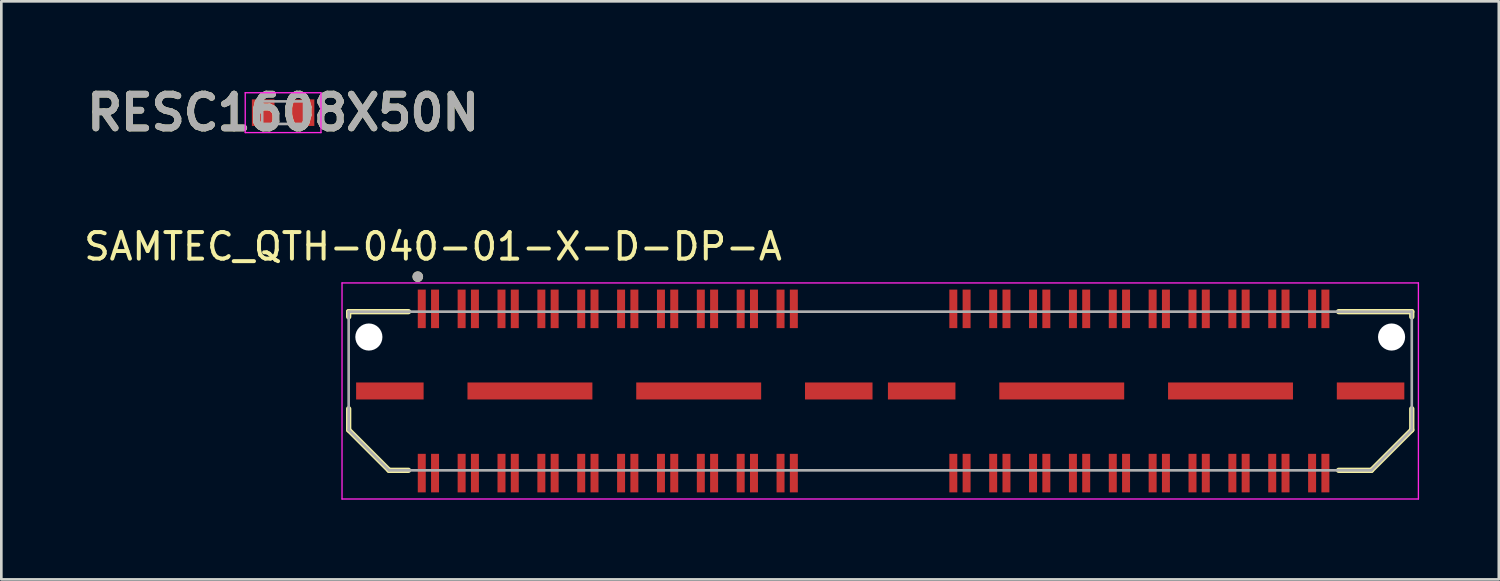
<source format=kicad_pcb>
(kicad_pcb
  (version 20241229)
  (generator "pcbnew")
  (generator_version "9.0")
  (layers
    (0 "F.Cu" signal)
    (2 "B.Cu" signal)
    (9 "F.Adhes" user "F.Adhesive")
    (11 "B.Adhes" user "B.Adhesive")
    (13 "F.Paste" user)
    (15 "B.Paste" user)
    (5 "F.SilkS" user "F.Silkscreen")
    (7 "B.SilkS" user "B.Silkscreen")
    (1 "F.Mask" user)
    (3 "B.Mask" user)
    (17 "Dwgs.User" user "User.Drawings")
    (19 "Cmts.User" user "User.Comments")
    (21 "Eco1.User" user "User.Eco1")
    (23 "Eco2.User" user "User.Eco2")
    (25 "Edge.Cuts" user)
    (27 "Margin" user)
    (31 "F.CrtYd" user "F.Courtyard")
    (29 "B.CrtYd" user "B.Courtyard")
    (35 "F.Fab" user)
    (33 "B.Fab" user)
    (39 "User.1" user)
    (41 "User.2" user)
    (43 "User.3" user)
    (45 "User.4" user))
  (footprint "SAMTEC_QTH-040-01-X-D-DP-A"
    (layer "F.Cu")
    (at 30.069 11.661)
    (property "Reference" "SAMTEC_QTH-040-01-X-D-DP-A" (at -16.825 -5.435 0) (layer "F.SilkS") (effects (font (size 1 1) (thickness 0.15))))
    (attr smd)
    (fp_line (start -20 -2.985) (end -17.75 -2.985) (stroke (width 0.2) (type solid)) (layer "F.SilkS"))
    (fp_line (start -20 -2.79) (end -20 -2.985) (stroke (width 0.2) (type solid)) (layer "F.SilkS"))
    (fp_line (start -20 0.67) (end -20 1.465) (stroke (width 0.2) (type solid)) (layer "F.SilkS"))
    (fp_line (start -20 1.465) (end -18.48 2.985) (stroke (width 0.2) (type solid)) (layer "F.SilkS"))
    (fp_line (start -18.48 2.985) (end -17.75 2.985) (stroke (width 0.2) (type solid)) (layer "F.SilkS"))
    (fp_line (start 18.48 2.985) (end 17.25 2.985) (stroke (width 0.2) (type solid)) (layer "F.SilkS"))
    (fp_line (start 20 -2.985) (end 17.25 -2.985) (stroke (width 0.2) (type solid)) (layer "F.SilkS"))
    (fp_line (start 20 -2.79) (end 20 -2.985) (stroke (width 0.2) (type solid)) (layer "F.SilkS"))
    (fp_line (start 20 0.67) (end 20 1.465) (stroke (width 0.2) (type solid)) (layer "F.SilkS"))
    (fp_line (start 20 1.465) (end 18.48 2.985) (stroke (width 0.2) (type solid)) (layer "F.SilkS"))
    (fp_circle (center -17.4 -4.3) (end -17.3 -4.3) (stroke (width 0.2) (type solid)) (fill no) (layer "F.SilkS"))
    (fp_line (start -20.25 -4.065) (end 20.25 -4.065) (stroke (width 0.05) (type solid)) (layer "F.CrtYd"))
    (fp_line (start -20.25 4.065) (end -20.25 -4.065) (stroke (width 0.05) (type solid)) (layer "F.CrtYd"))
    (fp_line (start 20.25 -4.065) (end 20.25 4.065) (stroke (width 0.05) (type solid)) (layer "F.CrtYd"))
    (fp_line (start 20.25 4.065) (end -20.25 4.065) (stroke (width 0.05) (type solid)) (layer "F.CrtYd"))
    (fp_line (start -20 -2.985) (end 20 -2.985) (stroke (width 0.1) (type solid)) (layer "F.Fab"))
    (fp_line (start -20 1.465) (end -20 -2.985) (stroke (width 0.1) (type solid)) (layer "F.Fab"))
    (fp_line (start -18.48 2.985) (end -20 1.465) (stroke (width 0.1) (type solid)) (layer "F.Fab"))
    (fp_line (start 18.48 2.985) (end -18.48 2.985) (stroke (width 0.1) (type solid)) (layer "F.Fab"))
    (fp_line (start 20 -2.985) (end 20 1.465) (stroke (width 0.1) (type solid)) (layer "F.Fab"))
    (fp_line (start 20 1.465) (end 18.48 2.985) (stroke (width 0.1) (type solid)) (layer "F.Fab"))
    (fp_circle (center -17.4 -4.3) (end -17.3 -4.3) (stroke (width 0.2) (type solid)) (fill no) (layer "F.Fab"))
    (pad "" np_thru_hole circle (at -19.24 -2.03) (size 1.02 1.02) (drill 1.02) (layers "*.Cu" "*.Mask"))
    (pad "" np_thru_hole circle (at 19.24 -2.03) (size 1.02 1.02) (drill 1.02) (layers "*.Cu" "*.Mask"))
    (pad "01" smd rect (at -17.25 -3.09) (size 0.3 1.45) (layers "F.Cu" "F.Mask" "F.Paste"))
    (pad "02" smd rect (at -17.25 3.09) (size 0.3 1.45) (layers "F.Cu" "F.Mask" "F.Paste"))
    (pad "03" smd rect (at -16.75 -3.09) (size 0.3 1.45) (layers "F.Cu" "F.Mask" "F.Paste"))
    (pad "04" smd rect (at -16.75 3.09) (size 0.3 1.45) (layers "F.Cu" "F.Mask" "F.Paste"))
    (pad "05" smd rect (at -15.75 -3.09) (size 0.3 1.45) (layers "F.Cu" "F.Mask" "F.Paste"))
    (pad "06" smd rect (at -15.75 3.09) (size 0.3 1.45) (layers "F.Cu" "F.Mask" "F.Paste"))
    (pad "07" smd rect (at -15.25 -3.09) (size 0.3 1.45) (layers "F.Cu" "F.Mask" "F.Paste"))
    (pad "08" smd rect (at -15.25 3.09) (size 0.3 1.45) (layers "F.Cu" "F.Mask" "F.Paste"))
    (pad "09" smd rect (at -14.25 -3.09) (size 0.3 1.45) (layers "F.Cu" "F.Mask" "F.Paste"))
    (pad "10" smd rect (at -14.25 3.09) (size 0.3 1.45) (layers "F.Cu" "F.Mask" "F.Paste"))
    (pad "11" smd rect (at -13.75 -3.09) (size 0.3 1.45) (layers "F.Cu" "F.Mask" "F.Paste"))
    (pad "12" smd rect (at -13.75 3.09) (size 0.3 1.45) (layers "F.Cu" "F.Mask" "F.Paste"))
    (pad "13" smd rect (at -12.75 -3.09) (size 0.3 1.45) (layers "F.Cu" "F.Mask" "F.Paste"))
    (pad "14" smd rect (at -12.75 3.09) (size 0.3 1.45) (layers "F.Cu" "F.Mask" "F.Paste"))
    (pad "15" smd rect (at -12.25 -3.09) (size 0.3 1.45) (layers "F.Cu" "F.Mask" "F.Paste"))
    (pad "16" smd rect (at -12.25 3.09) (size 0.3 1.45) (layers "F.Cu" "F.Mask" "F.Paste"))
    (pad "17" smd rect (at -11.25 -3.09) (size 0.3 1.45) (layers "F.Cu" "F.Mask" "F.Paste"))
    (pad "18" smd rect (at -11.25 3.09) (size 0.3 1.45) (layers "F.Cu" "F.Mask" "F.Paste"))
    (pad "19" smd rect (at -10.75 -3.09) (size 0.3 1.45) (layers "F.Cu" "F.Mask" "F.Paste"))
    (pad "20" smd rect (at -10.75 3.09) (size 0.3 1.45) (layers "F.Cu" "F.Mask" "F.Paste"))
    (pad "21" smd rect (at -9.75 -3.09) (size 0.3 1.45) (layers "F.Cu" "F.Mask" "F.Paste"))
    (pad "22" smd rect (at -9.75 3.09) (size 0.3 1.45) (layers "F.Cu" "F.Mask" "F.Paste"))
    (pad "23" smd rect (at -9.25 -3.09) (size 0.3 1.45) (layers "F.Cu" "F.Mask" "F.Paste"))
    (pad "24" smd rect (at -9.25 3.09) (size 0.3 1.45) (layers "F.Cu" "F.Mask" "F.Paste"))
    (pad "25" smd rect (at -8.25 -3.09) (size 0.3 1.45) (layers "F.Cu" "F.Mask" "F.Paste"))
    (pad "26" smd rect (at -8.25 3.09) (size 0.3 1.45) (layers "F.Cu" "F.Mask" "F.Paste"))
    (pad "27" smd rect (at -7.75 -3.09) (size 0.3 1.45) (layers "F.Cu" "F.Mask" "F.Paste"))
    (pad "28" smd rect (at -7.75 3.09) (size 0.3 1.45) (layers "F.Cu" "F.Mask" "F.Paste"))
    (pad "29" smd rect (at -6.75 -3.09) (size 0.3 1.45) (layers "F.Cu" "F.Mask" "F.Paste"))
    (pad "30" smd rect (at -6.75 3.09) (size 0.3 1.45) (layers "F.Cu" "F.Mask" "F.Paste"))
    (pad "31" smd rect (at -6.25 -3.09) (size 0.3 1.45) (layers "F.Cu" "F.Mask" "F.Paste"))
    (pad "32" smd rect (at -6.25 3.09) (size 0.3 1.45) (layers "F.Cu" "F.Mask" "F.Paste"))
    (pad "33" smd rect (at -5.25 -3.09) (size 0.3 1.45) (layers "F.Cu" "F.Mask" "F.Paste"))
    (pad "34" smd rect (at -5.25 3.09) (size 0.3 1.45) (layers "F.Cu" "F.Mask" "F.Paste"))
    (pad "35" smd rect (at -4.75 -3.09) (size 0.3 1.45) (layers "F.Cu" "F.Mask" "F.Paste"))
    (pad "36" smd rect (at -4.75 3.09) (size 0.3 1.45) (layers "F.Cu" "F.Mask" "F.Paste"))
    (pad "37" smd rect (at -3.75 -3.09) (size 0.3 1.45) (layers "F.Cu" "F.Mask" "F.Paste"))
    (pad "38" smd rect (at -3.75 3.09) (size 0.3 1.45) (layers "F.Cu" "F.Mask" "F.Paste"))
    (pad "39" smd rect (at -3.25 -3.09) (size 0.3 1.45) (layers "F.Cu" "F.Mask" "F.Paste"))
    (pad "40" smd rect (at -3.25 3.09) (size 0.3 1.45) (layers "F.Cu" "F.Mask" "F.Paste"))
    (pad "41" smd rect (at 2.75 -3.09) (size 0.3 1.45) (layers "F.Cu" "F.Mask" "F.Paste"))
    (pad "42" smd rect (at 2.75 3.09) (size 0.3 1.45) (layers "F.Cu" "F.Mask" "F.Paste"))
    (pad "43" smd rect (at 3.25 -3.09) (size 0.3 1.45) (layers "F.Cu" "F.Mask" "F.Paste"))
    (pad "44" smd rect (at 3.25 3.09) (size 0.3 1.45) (layers "F.Cu" "F.Mask" "F.Paste"))
    (pad "45" smd rect (at 4.25 -3.09) (size 0.3 1.45) (layers "F.Cu" "F.Mask" "F.Paste"))
    (pad "46" smd rect (at 4.25 3.09) (size 0.3 1.45) (layers "F.Cu" "F.Mask" "F.Paste"))
    (pad "47" smd rect (at 4.75 -3.09) (size 0.3 1.45) (layers "F.Cu" "F.Mask" "F.Paste"))
    (pad "48" smd rect (at 4.75 3.09) (size 0.3 1.45) (layers "F.Cu" "F.Mask" "F.Paste"))
    (pad "49" smd rect (at 5.75 -3.09) (size 0.3 1.45) (layers "F.Cu" "F.Mask" "F.Paste"))
    (pad "50" smd rect (at 5.75 3.09) (size 0.3 1.45) (layers "F.Cu" "F.Mask" "F.Paste"))
    (pad "51" smd rect (at 6.25 -3.09) (size 0.3 1.45) (layers "F.Cu" "F.Mask" "F.Paste"))
    (pad "52" smd rect (at 6.25 3.09) (size 0.3 1.45) (layers "F.Cu" "F.Mask" "F.Paste"))
    (pad "53" smd rect (at 7.25 -3.09) (size 0.3 1.45) (layers "F.Cu" "F.Mask" "F.Paste"))
    (pad "54" smd rect (at 7.25 3.09) (size 0.3 1.45) (layers "F.Cu" "F.Mask" "F.Paste"))
    (pad "55" smd rect (at 7.75 -3.09) (size 0.3 1.45) (layers "F.Cu" "F.Mask" "F.Paste"))
    (pad "56" smd rect (at 7.75 3.09) (size 0.3 1.45) (layers "F.Cu" "F.Mask" "F.Paste"))
    (pad "57" smd rect (at 8.75 -3.09) (size 0.3 1.45) (layers "F.Cu" "F.Mask" "F.Paste"))
    (pad "58" smd rect (at 8.75 3.09) (size 0.3 1.45) (layers "F.Cu" "F.Mask" "F.Paste"))
    (pad "59" smd rect (at 9.25 -3.09) (size 0.3 1.45) (layers "F.Cu" "F.Mask" "F.Paste"))
    (pad "60" smd rect (at 9.25 3.09) (size 0.3 1.45) (layers "F.Cu" "F.Mask" "F.Paste"))
    (pad "61" smd rect (at 10.25 -3.09) (size 0.3 1.45) (layers "F.Cu" "F.Mask" "F.Paste"))
    (pad "62" smd rect (at 10.25 3.09) (size 0.3 1.45) (layers "F.Cu" "F.Mask" "F.Paste"))
    (pad "63" smd rect (at 10.75 -3.09) (size 0.3 1.45) (layers "F.Cu" "F.Mask" "F.Paste"))
    (pad "64" smd rect (at 10.75 3.09) (size 0.3 1.45) (layers "F.Cu" "F.Mask" "F.Paste"))
    (pad "65" smd rect (at 11.75 -3.09) (size 0.3 1.45) (layers "F.Cu" "F.Mask" "F.Paste"))
    (pad "66" smd rect (at 11.75 3.09) (size 0.3 1.45) (layers "F.Cu" "F.Mask" "F.Paste"))
    (pad "67" smd rect (at 12.25 -3.09) (size 0.3 1.45) (layers "F.Cu" "F.Mask" "F.Paste"))
    (pad "68" smd rect (at 12.25 3.09) (size 0.3 1.45) (layers "F.Cu" "F.Mask" "F.Paste"))
    (pad "69" smd rect (at 13.25 -3.09) (size 0.3 1.45) (layers "F.Cu" "F.Mask" "F.Paste"))
    (pad "70" smd rect (at 13.25 3.09) (size 0.3 1.45) (layers "F.Cu" "F.Mask" "F.Paste"))
    (pad "71" smd rect (at 13.75 -3.09) (size 0.3 1.45) (layers "F.Cu" "F.Mask" "F.Paste"))
    (pad "72" smd rect (at 13.75 3.09) (size 0.3 1.45) (layers "F.Cu" "F.Mask" "F.Paste"))
    (pad "73" smd rect (at 14.75 -3.09) (size 0.3 1.45) (layers "F.Cu" "F.Mask" "F.Paste"))
    (pad "74" smd rect (at 14.75 3.09) (size 0.3 1.45) (layers "F.Cu" "F.Mask" "F.Paste"))
    (pad "75" smd rect (at 15.25 -3.09) (size 0.3 1.45) (layers "F.Cu" "F.Mask" "F.Paste"))
    (pad "76" smd rect (at 15.25 3.09) (size 0.3 1.45) (layers "F.Cu" "F.Mask" "F.Paste"))
    (pad "77" smd rect (at 16.25 -3.09) (size 0.3 1.45) (layers "F.Cu" "F.Mask" "F.Paste"))
    (pad "78" smd rect (at 16.25 3.09) (size 0.3 1.45) (layers "F.Cu" "F.Mask" "F.Paste"))
    (pad "79" smd rect (at 16.75 -3.09) (size 0.3 1.45) (layers "F.Cu" "F.Mask" "F.Paste"))
    (pad "80" smd rect (at 16.75 3.09) (size 0.3 1.45) (layers "F.Cu" "F.Mask" "F.Paste"))
    (pad "G1" smd rect (at -18.45 0) (size 2.54 0.64) (layers "F.Cu" "F.Mask" "F.Paste"))
    (pad "G2" smd rect (at -13.18 0) (size 4.7 0.64) (layers "F.Cu" "F.Mask" "F.Paste"))
    (pad "G3" smd rect (at -6.83 0) (size 4.7 0.64) (layers "F.Cu" "F.Mask" "F.Paste"))
    (pad "G4" smd rect (at -1.56 0) (size 2.54 0.64) (layers "F.Cu" "F.Mask" "F.Paste"))
    (pad "G5" smd rect (at 1.56 0) (size 2.54 0.64) (layers "F.Cu" "F.Mask" "F.Paste"))
    (pad "G6" smd rect (at 6.83 0) (size 4.7 0.64) (layers "F.Cu" "F.Mask" "F.Paste"))
    (pad "G7" smd rect (at 13.18 0) (size 4.7 0.64) (layers "F.Cu" "F.Mask" "F.Paste"))
    (pad "G8" smd rect (at 18.45 0) (size 2.54 0.64) (layers "F.Cu" "F.Mask" "F.Paste")))
  (footprint "RESC1608X50N"
    (layer "F.Cu")
    (at 7.602 1.189)
    (property "Reference" "RESC1608X50N" (at 0 0 0) (layer "F.SilkS") (effects (font (size 1.27 1.27) (thickness 0.254))))
    (attr smd)
    (fp_line (start -1.425 -0.75) (end 1.425 -0.75) (stroke (width 0.05) (type solid)) (layer "F.CrtYd"))
    (fp_line (start -1.425 0.75) (end -1.425 -0.75) (stroke (width 0.05) (type solid)) (layer "F.CrtYd"))
    (fp_line (start 1.425 -0.75) (end 1.425 0.75) (stroke (width 0.05) (type solid)) (layer "F.CrtYd"))
    (fp_line (start 1.425 0.75) (end -1.425 0.75) (stroke (width 0.05) (type solid)) (layer "F.CrtYd"))
    (fp_line (start -0.788 -0.425) (end 0.788 -0.425) (stroke (width 0.1) (type solid)) (layer "F.Fab"))
    (fp_line (start -0.788 0.425) (end -0.788 -0.425) (stroke (width 0.1) (type solid)) (layer "F.Fab"))
    (fp_line (start 0.788 -0.425) (end 0.788 0.425) (stroke (width 0.1) (type solid)) (layer "F.Fab"))
    (fp_line (start 0.788 0.425) (end -0.788 0.425) (stroke (width 0.1) (type solid)) (layer "F.Fab"))
    (fp_text user "${REFERENCE}" (at 0 0 0) (layer "F.Fab") (effects (font (size 1.27 1.27) (thickness 0.254))))
    (pad "1" smd rect (at -0.75 0) (size 0.85 1) (layers "F.Cu" "F.Mask" "F.Paste"))
    (pad "2" smd rect (at 0.75 0) (size 0.85 1) (layers "F.Cu" "F.Mask" "F.Paste")))
  (gr_rect
    (start -3 -3)
    (end 53.344 18.751)
    (stroke (width 0.1) (type default))
    (fill no)
    (layer "Edge.Cuts")))
</source>
